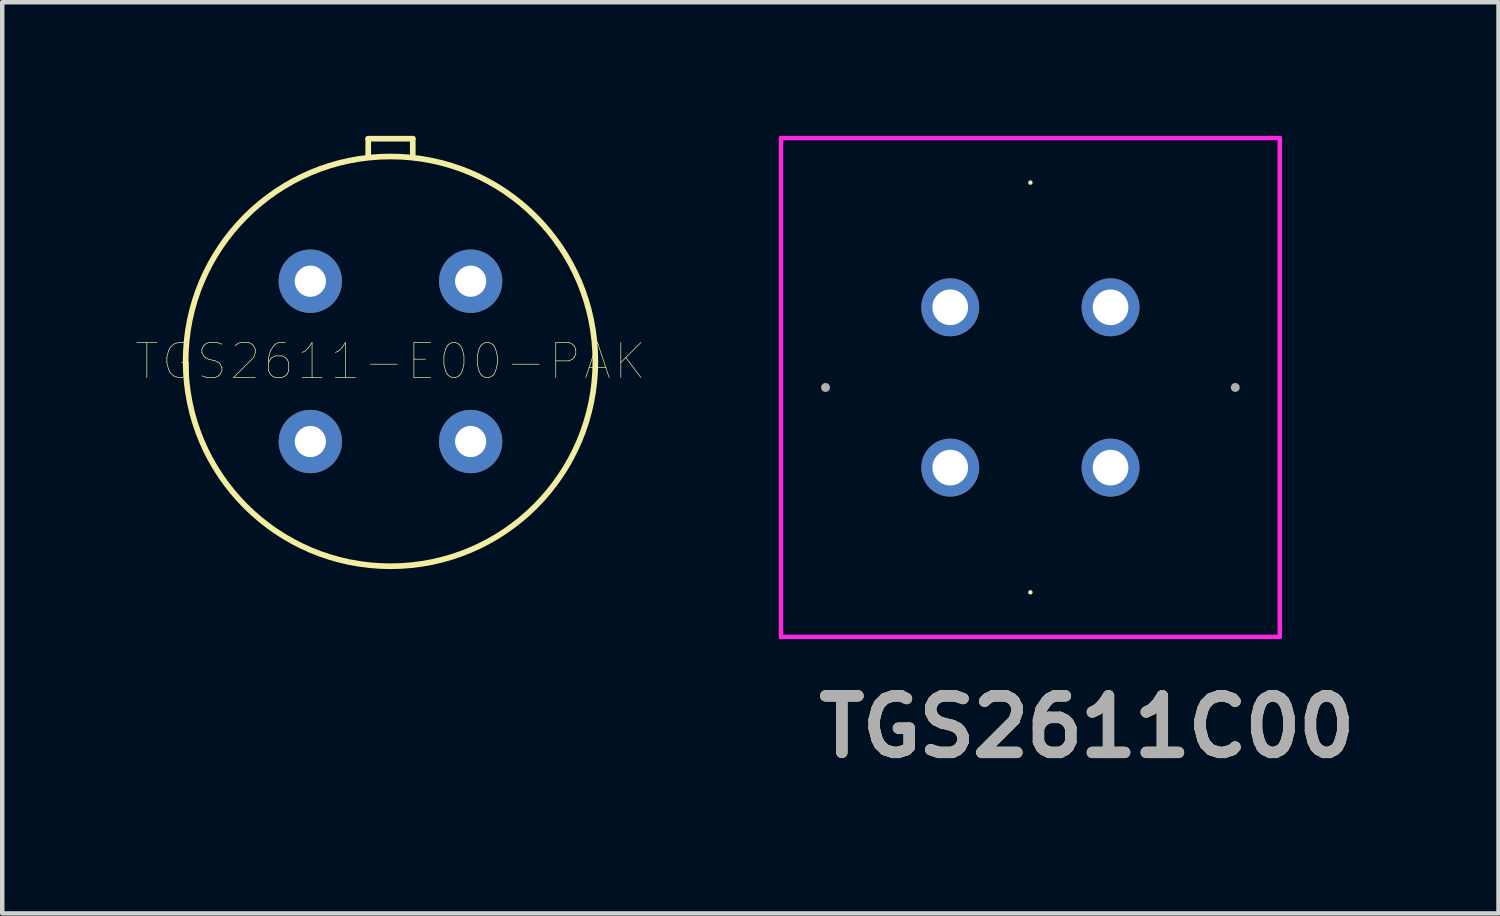
<source format=kicad_pcb>
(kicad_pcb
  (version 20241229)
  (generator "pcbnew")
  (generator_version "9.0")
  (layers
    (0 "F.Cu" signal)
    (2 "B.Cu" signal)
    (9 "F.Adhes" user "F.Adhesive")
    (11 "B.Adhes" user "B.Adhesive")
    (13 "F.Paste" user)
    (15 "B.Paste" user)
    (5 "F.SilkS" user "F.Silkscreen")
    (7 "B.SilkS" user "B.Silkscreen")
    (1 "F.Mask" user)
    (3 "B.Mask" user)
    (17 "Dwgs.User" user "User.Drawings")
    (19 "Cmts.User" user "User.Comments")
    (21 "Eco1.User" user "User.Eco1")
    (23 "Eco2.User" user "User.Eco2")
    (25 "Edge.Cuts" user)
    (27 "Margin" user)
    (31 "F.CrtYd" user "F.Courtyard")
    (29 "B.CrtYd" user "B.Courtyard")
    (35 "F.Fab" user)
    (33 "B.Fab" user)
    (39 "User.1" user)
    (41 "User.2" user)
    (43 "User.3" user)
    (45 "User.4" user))
  (footprint "TGS2611C00"
    (layer "F.Cu")
    (at 21.886 7.45)
    (property "Reference" "TGS2611C00" (at -0.53 5.82 0) (layer "F.SilkS") (effects (font (size 1.27 1.27) (thickness 0.254))))
    (attr through_hole)
    (fp_line (start -1.8 -6.4) (end -1.8 -6.4) (stroke (width 0.1) (type solid)) (layer "F.SilkS"))
    (fp_line (start -1.8 2.8) (end -1.8 2.8) (stroke (width 0.1) (type solid)) (layer "F.SilkS"))
    (fp_line (start -7.4 -7.4) (end -7.4 3.8) (stroke (width 0.1) (type solid)) (layer "F.CrtYd"))
    (fp_line (start -7.4 3.8) (end 3.8 3.8) (stroke (width 0.1) (type solid)) (layer "F.CrtYd"))
    (fp_line (start 3.8 -7.4) (end -7.4 -7.4) (stroke (width 0.1) (type solid)) (layer "F.CrtYd"))
    (fp_line (start 3.8 3.8) (end 3.8 -7.4) (stroke (width 0.1) (type solid)) (layer "F.CrtYd"))
    (fp_line (start -6.4 -1.8) (end -6.4 -1.8) (stroke (width 0.2) (type solid)) (layer "F.Fab"))
    (fp_line (start 2.8 -1.8) (end 2.8 -1.8) (stroke (width 0.2) (type solid)) (layer "F.Fab"))
    (fp_text user "${REFERENCE}" (at -0.53 5.82 0) (layer "F.Fab") (effects (font (size 1.27 1.27) (thickness 0.254))))
    (pad "1" thru_hole circle (at 0 0) (size 1.3 1.3) (drill 0.8) (layers "*.Cu" "*.Mask"))
    (pad "2" thru_hole circle (at 0 -3.6) (size 1.3 1.3) (drill 0.8) (layers "*.Cu" "*.Mask"))
    (pad "3" thru_hole circle (at -3.6 -3.6) (size 1.3 1.3) (drill 0.8) (layers "*.Cu" "*.Mask"))
    (pad "4" thru_hole circle (at -3.6 0) (size 1.3 1.3) (drill 0.8) (layers "*.Cu" "*.Mask")))
  (footprint "TGS2611-E00-PAK"
    (layer "F.Cu")
    (at 5.718 5.064)
    (property "Reference" "TGS2611-E00-PAK" (at 0 0 0) (layer "F.SilkS") (effects (font (size 0.787 0.787) (thickness 0.015))))
    (attr through_hole)
    (fp_line (start -0.5 -5) (end 0.5 -5) (stroke (width 0.127) (type solid)) (layer "F.SilkS"))
    (fp_line (start -0.5 -4.6) (end -0.5 -5) (stroke (width 0.127) (type solid)) (layer "F.SilkS"))
    (fp_line (start 0.5 -5) (end 0.5 -4.6) (stroke (width 0.127) (type solid)) (layer "F.SilkS"))
    (fp_circle (center 0 0) (end 4.6 0) (stroke (width 0.127) (type solid)) (fill no) (layer "F.SilkS"))
    (pad "P$1" thru_hole circle (at 1.8 -1.8) (size 1.422 1.422) (drill 0.7) (layers "*.Cu" "*.Mask"))
    (pad "P$2" thru_hole circle (at 1.8 1.8) (size 1.422 1.422) (drill 0.7) (layers "*.Cu" "*.Mask"))
    (pad "P$3" thru_hole circle (at -1.8 1.8) (size 1.422 1.422) (drill 0.7) (layers "*.Cu" "*.Mask"))
    (pad "P$4" thru_hole circle (at -1.8 -1.8) (size 1.422 1.422) (drill 0.7) (layers "*.Cu" "*.Mask")))
  (gr_rect
    (start -3 -3)
    (end 30.597 17.459)
    (stroke (width 0.1) (type default))
    (fill no)
    (layer "Edge.Cuts")))
</source>
